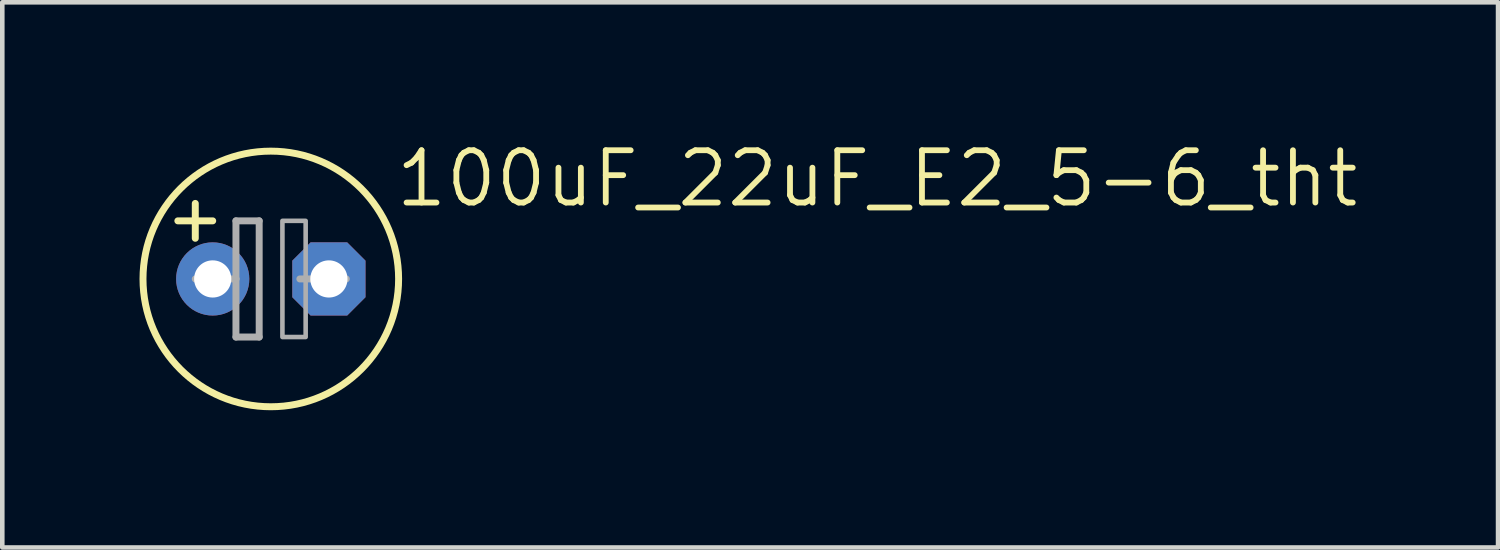
<source format=kicad_pcb>
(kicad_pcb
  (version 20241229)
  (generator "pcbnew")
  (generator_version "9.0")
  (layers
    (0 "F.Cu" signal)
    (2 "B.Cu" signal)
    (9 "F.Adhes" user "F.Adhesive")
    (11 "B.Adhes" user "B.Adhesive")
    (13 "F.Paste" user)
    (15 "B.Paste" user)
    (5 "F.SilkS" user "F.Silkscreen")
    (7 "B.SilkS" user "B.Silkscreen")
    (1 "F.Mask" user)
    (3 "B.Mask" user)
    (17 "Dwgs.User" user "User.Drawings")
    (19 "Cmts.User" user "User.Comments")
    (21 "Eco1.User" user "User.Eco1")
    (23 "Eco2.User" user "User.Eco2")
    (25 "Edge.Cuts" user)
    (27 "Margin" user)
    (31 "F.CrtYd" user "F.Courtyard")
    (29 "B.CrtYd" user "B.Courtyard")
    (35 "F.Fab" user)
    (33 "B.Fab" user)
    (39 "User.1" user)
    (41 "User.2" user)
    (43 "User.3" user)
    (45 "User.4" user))
  (footprint "100uF_22uF_E2_5-6_tht"
    (layer "F.Cu")
    (at 2.87 3.048)
    (property "Reference" "100uF_22uF_E2_5-6_tht" (at 2.667 -1.524 0) (layer "F.SilkS") (effects (font (size 1.143 1.143) (thickness 0.127)) (justify left bottom)))
    (fp_line (start -2.032 -1.27) (end -1.651 -1.27) (stroke (width 0.152) (type solid)) (layer "F.SilkS"))
    (fp_line (start -1.651 -1.27) (end -1.651 -1.651) (stroke (width 0.152) (type solid)) (layer "F.SilkS"))
    (fp_line (start -1.651 -1.27) (end -1.27 -1.27) (stroke (width 0.152) (type solid)) (layer "F.SilkS"))
    (fp_line (start -1.651 -0.889) (end -1.651 -1.27) (stroke (width 0.152) (type solid)) (layer "F.SilkS"))
    (fp_circle (center 0 0) (end 2.794 0) (stroke (width 0.152) (type solid)) (fill no) (layer "F.SilkS"))
    (fp_line (start -1.651 0) (end -0.762 0) (stroke (width 0.152) (type solid)) (layer "F.Fab"))
    (fp_line (start -0.762 -1.27) (end -0.762 0) (stroke (width 0.152) (type solid)) (layer "F.Fab"))
    (fp_line (start -0.762 0) (end -0.762 1.27) (stroke (width 0.152) (type solid)) (layer "F.Fab"))
    (fp_line (start -0.762 1.27) (end -0.254 1.27) (stroke (width 0.152) (type solid)) (layer "F.Fab"))
    (fp_line (start -0.254 -1.27) (end -0.762 -1.27) (stroke (width 0.152) (type solid)) (layer "F.Fab"))
    (fp_line (start -0.254 1.27) (end -0.254 -1.27) (stroke (width 0.152) (type solid)) (layer "F.Fab"))
    (fp_line (start 0.635 0) (end 1.651 0) (stroke (width 0.152) (type solid)) (layer "F.Fab"))
    (fp_poly (pts (xy 0.254 1.27) (xy 0.762 1.27) (xy 0.762 -1.27) (xy 0.254 -1.27)) (stroke (width 0.1) (type solid)) (fill no) (layer "F.Fab"))
    (pad "+" thru_hole circle (at -1.27 0) (size 1.6 1.6) (drill 0.813) (layers "*.Cu" "*.Mask"))
    (pad "-" thru_hole roundrect (at 1.27 0) (size 1.6 1.6) (drill 0.813) (layers "*.Cu" "*.Mask") (roundrect_rratio 0.25) (chamfer_ratio 0.25) (chamfer top_left top_right bottom_left bottom_right)))
  (gr_rect
    (start -3 -3)
    (end 29.699 8.918)
    (stroke (width 0.1) (type default))
    (fill no)
    (layer "Edge.Cuts")))
</source>
